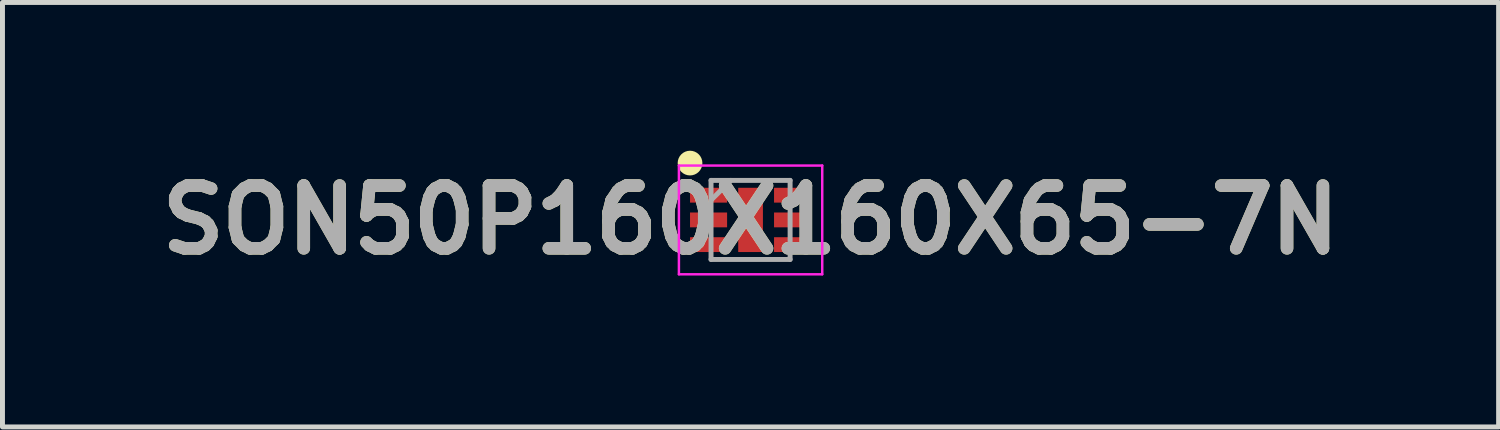
<source format=kicad_pcb>
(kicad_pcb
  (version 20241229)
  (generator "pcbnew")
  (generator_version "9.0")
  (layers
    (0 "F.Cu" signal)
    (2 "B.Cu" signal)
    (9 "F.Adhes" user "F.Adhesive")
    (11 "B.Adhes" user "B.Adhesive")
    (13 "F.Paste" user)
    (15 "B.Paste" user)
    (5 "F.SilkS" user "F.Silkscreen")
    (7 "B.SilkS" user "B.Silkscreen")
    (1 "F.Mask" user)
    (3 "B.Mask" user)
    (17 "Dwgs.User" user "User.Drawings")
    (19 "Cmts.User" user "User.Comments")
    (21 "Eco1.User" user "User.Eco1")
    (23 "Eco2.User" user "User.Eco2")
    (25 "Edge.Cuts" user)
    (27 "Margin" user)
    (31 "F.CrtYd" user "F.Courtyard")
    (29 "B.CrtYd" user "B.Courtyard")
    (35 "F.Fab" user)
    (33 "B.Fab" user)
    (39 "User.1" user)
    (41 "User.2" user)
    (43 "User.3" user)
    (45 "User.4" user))
  (footprint "SON50P160X160X65-7N"
    (layer "F.Cu")
    (at 12.138 1.4)
    (property "Reference" "SON50P160X160X65-7N" (at 0 0 0) (layer "F.SilkS") (effects (font (size 1.27 1.27) (thickness 0.254))))
    (attr smd)
    (fp_circle (center -1.225 -1.15) (end -1.225 -1.025) (stroke (width 0.25) (type solid)) (fill no) (layer "F.SilkS"))
    (fp_line (start -1.45 -1.1) (end 1.45 -1.1) (stroke (width 0.05) (type solid)) (layer "F.CrtYd"))
    (fp_line (start -1.45 1.1) (end -1.45 -1.1) (stroke (width 0.05) (type solid)) (layer "F.CrtYd"))
    (fp_line (start 1.45 -1.1) (end 1.45 1.1) (stroke (width 0.05) (type solid)) (layer "F.CrtYd"))
    (fp_line (start 1.45 1.1) (end -1.45 1.1) (stroke (width 0.05) (type solid)) (layer "F.CrtYd"))
    (fp_line (start -0.8 -0.8) (end 0.8 -0.8) (stroke (width 0.1) (type solid)) (layer "F.Fab"))
    (fp_line (start -0.8 -0.4) (end -0.4 -0.8) (stroke (width 0.1) (type solid)) (layer "F.Fab"))
    (fp_line (start -0.8 0.8) (end -0.8 -0.8) (stroke (width 0.1) (type solid)) (layer "F.Fab"))
    (fp_line (start 0.8 -0.8) (end 0.8 0.8) (stroke (width 0.1) (type solid)) (layer "F.Fab"))
    (fp_line (start 0.8 0.8) (end -0.8 0.8) (stroke (width 0.1) (type solid)) (layer "F.Fab"))
    (fp_text user "${REFERENCE}" (at 0 0 0) (layer "F.Fab") (effects (font (size 1.27 1.27) (thickness 0.254))))
    (pad "1" smd rect (at -0.85 -0.5 90) (size 0.3 0.75) (layers "F.Cu" "F.Mask" "F.Paste"))
    (pad "2" smd rect (at -0.85 0 90) (size 0.3 0.75) (layers "F.Cu" "F.Mask" "F.Paste"))
    (pad "3" smd rect (at -0.85 0.5 90) (size 0.3 0.75) (layers "F.Cu" "F.Mask" "F.Paste"))
    (pad "4" smd rect (at 0.85 0.5 90) (size 0.3 0.75) (layers "F.Cu" "F.Mask" "F.Paste"))
    (pad "5" smd rect (at 0.85 0 90) (size 0.3 0.75) (layers "F.Cu" "F.Mask" "F.Paste"))
    (pad "6" smd rect (at 0.85 -0.5 90) (size 0.3 0.75) (layers "F.Cu" "F.Mask" "F.Paste"))
    (pad "7" smd rect (at 0 0) (size 0.5 1.3) (layers "F.Cu" "F.Mask" "F.Paste")))
  (gr_rect
    (start -3 -3)
    (end 27.275 5.589)
    (stroke (width 0.1) (type default))
    (fill no)
    (layer "Edge.Cuts")))
</source>
